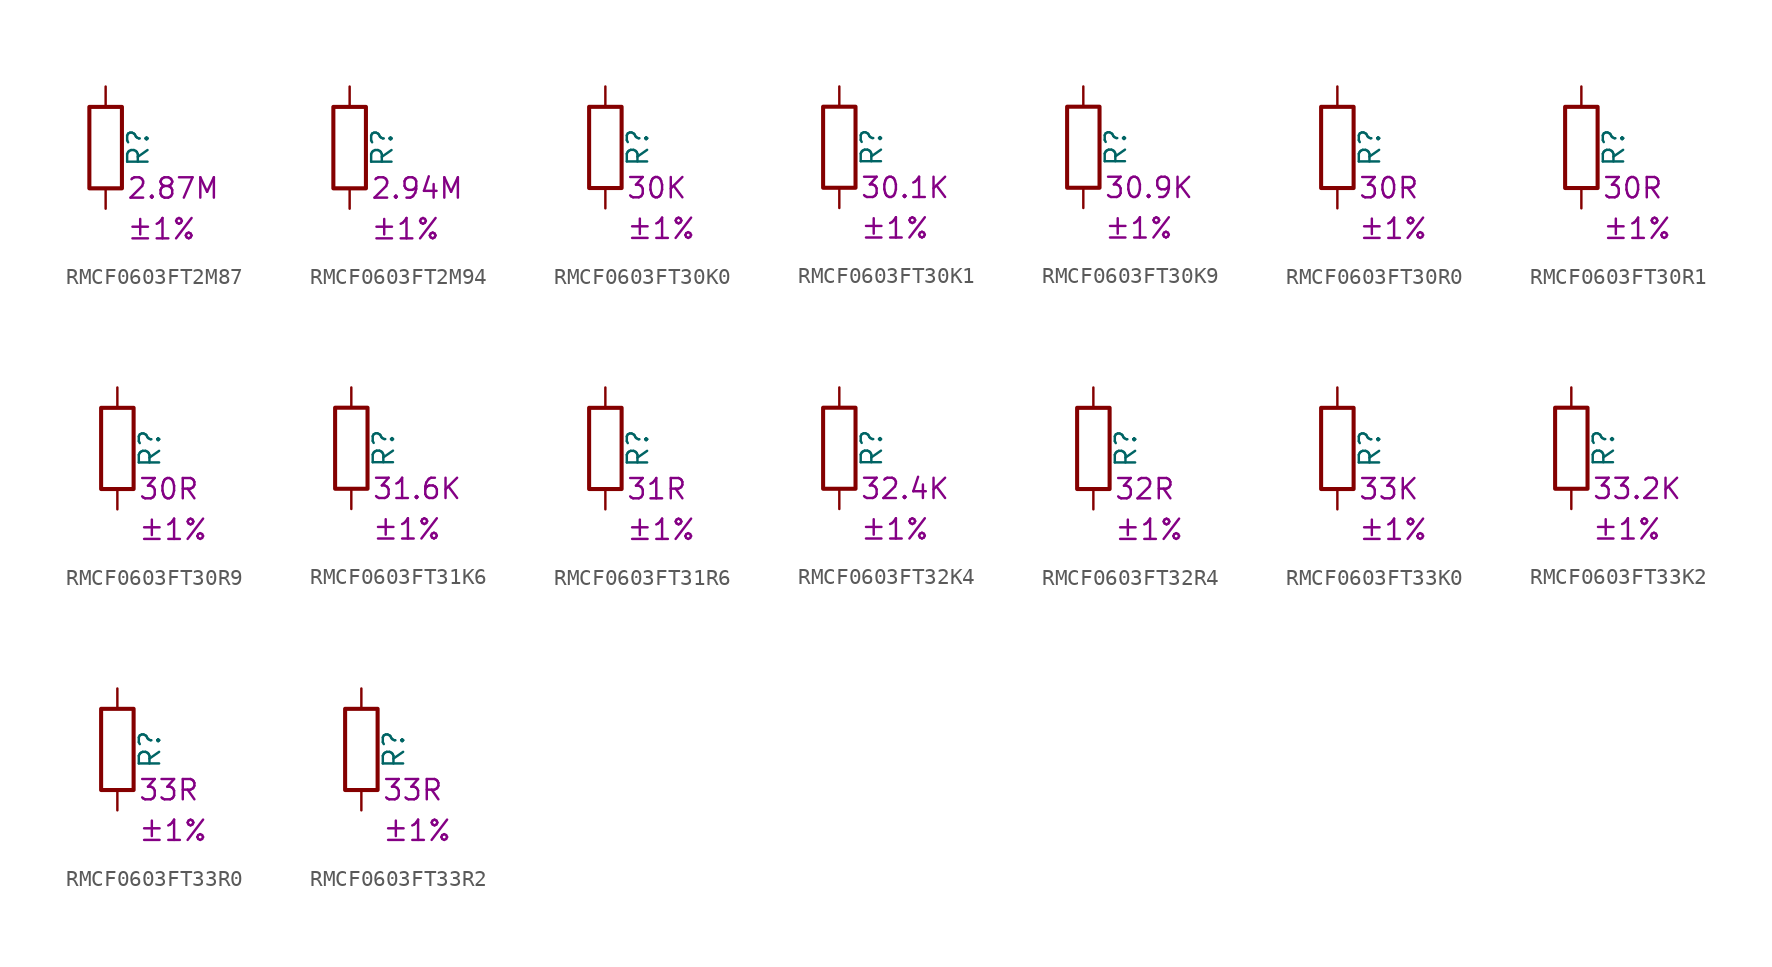
<source format=kicad_sym>
(kicad_symbol_lib
  (version 20220914)
  (generator kicad_symbol_editor)
  (symbol "RMCF0603FT2M87"
    (pin_numbers hide)
    (pin_names
      (offset 0))
    (property "Reference" "R"
      (at 2.032 0 90)
      (effects (font (size 1.27 1.27))))
    (property "Resistance" "2.87M"
      (at 1.27 -2.54 0)
      (effects (font (size 1.27 1.27)) (justify left)))
    (property "Tolerance" "±1%"
      (at 1.27 -5.08 0)
      (effects (font (size 1.27 1.27)) (justify left)))
    (symbol "RMCF0603FT2M87_0_1"
      (rectangle (start -1.016 -2.54) (end 1.016 2.54) (stroke (width 0.254) (type default)) (fill (type none))))
    (symbol "RMCF0603FT2M87_1_1"
      (pin passive line (at 0 3.81 270) (length 1.27) (name "~" (effects (font (size 1.27 1.27)))) (number "1" (effects (font (size 1.27 1.27)))))
      (pin passive line (at 0 -3.81 90) (length 1.27) (name "~" (effects (font (size 1.27 1.27)))) (number "2" (effects (font (size 1.27 1.27)))))))
  (symbol "RMCF0603FT2M94"
    (pin_numbers hide)
    (pin_names
      (offset 0))
    (property "Reference" "R"
      (at 2.032 0 90)
      (effects (font (size 1.27 1.27))))
    (property "Resistance" "2.94M"
      (at 1.27 -2.54 0)
      (effects (font (size 1.27 1.27)) (justify left)))
    (property "Tolerance" "±1%"
      (at 1.27 -5.08 0)
      (effects (font (size 1.27 1.27)) (justify left)))
    (symbol "RMCF0603FT2M94_0_1"
      (rectangle (start -1.016 -2.54) (end 1.016 2.54) (stroke (width 0.254) (type default)) (fill (type none))))
    (symbol "RMCF0603FT2M94_1_1"
      (pin passive line (at 0 3.81 270) (length 1.27) (name "~" (effects (font (size 1.27 1.27)))) (number "1" (effects (font (size 1.27 1.27)))))
      (pin passive line (at 0 -3.81 90) (length 1.27) (name "~" (effects (font (size 1.27 1.27)))) (number "2" (effects (font (size 1.27 1.27)))))))
  (symbol "RMCF0603FT30K0"
    (pin_numbers hide)
    (pin_names
      (offset 0))
    (property "Reference" "R"
      (at 2.032 0 90)
      (effects (font (size 1.27 1.27))))
    (property "Resistance" "30K"
      (at 1.27 -2.54 0)
      (effects (font (size 1.27 1.27)) (justify left)))
    (property "Tolerance" "±1%"
      (at 1.27 -5.08 0)
      (effects (font (size 1.27 1.27)) (justify left)))
    (symbol "RMCF0603FT30K0_0_1"
      (rectangle (start -1.016 -2.54) (end 1.016 2.54) (stroke (width 0.254) (type default)) (fill (type none))))
    (symbol "RMCF0603FT30K0_1_1"
      (pin passive line (at 0 3.81 270) (length 1.27) (name "~" (effects (font (size 1.27 1.27)))) (number "1" (effects (font (size 1.27 1.27)))))
      (pin passive line (at 0 -3.81 90) (length 1.27) (name "~" (effects (font (size 1.27 1.27)))) (number "2" (effects (font (size 1.27 1.27)))))))
  (symbol "RMCF0603FT30K1"
    (pin_numbers hide)
    (pin_names
      (offset 0))
    (property "Reference" "R"
      (at 2.032 0 90)
      (effects (font (size 1.27 1.27))))
    (property "Resistance" "30.1K"
      (at 1.27 -2.54 0)
      (effects (font (size 1.27 1.27)) (justify left)))
    (property "Tolerance" "±1%"
      (at 1.27 -5.08 0)
      (effects (font (size 1.27 1.27)) (justify left)))
    (symbol "RMCF0603FT30K1_0_1"
      (rectangle (start -1.016 -2.54) (end 1.016 2.54) (stroke (width 0.254) (type default)) (fill (type none))))
    (symbol "RMCF0603FT30K1_1_1"
      (pin passive line (at 0 3.81 270) (length 1.27) (name "~" (effects (font (size 1.27 1.27)))) (number "1" (effects (font (size 1.27 1.27)))))
      (pin passive line (at 0 -3.81 90) (length 1.27) (name "~" (effects (font (size 1.27 1.27)))) (number "2" (effects (font (size 1.27 1.27)))))))
  (symbol "RMCF0603FT30K9"
    (pin_numbers hide)
    (pin_names
      (offset 0))
    (property "Reference" "R"
      (at 2.032 0 90)
      (effects (font (size 1.27 1.27))))
    (property "Resistance" "30.9K"
      (at 1.27 -2.54 0)
      (effects (font (size 1.27 1.27)) (justify left)))
    (property "Tolerance" "±1%"
      (at 1.27 -5.08 0)
      (effects (font (size 1.27 1.27)) (justify left)))
    (symbol "RMCF0603FT30K9_0_1"
      (rectangle (start -1.016 -2.54) (end 1.016 2.54) (stroke (width 0.254) (type default)) (fill (type none))))
    (symbol "RMCF0603FT30K9_1_1"
      (pin passive line (at 0 3.81 270) (length 1.27) (name "~" (effects (font (size 1.27 1.27)))) (number "1" (effects (font (size 1.27 1.27)))))
      (pin passive line (at 0 -3.81 90) (length 1.27) (name "~" (effects (font (size 1.27 1.27)))) (number "2" (effects (font (size 1.27 1.27)))))))
  (symbol "RMCF0603FT30R0"
    (pin_numbers hide)
    (pin_names
      (offset 0))
    (property "Reference" "R"
      (at 2.032 0 90)
      (effects (font (size 1.27 1.27))))
    (property "Resistance" "30R"
      (at 1.27 -2.54 0)
      (effects (font (size 1.27 1.27)) (justify left)))
    (property "Tolerance" "±1%"
      (at 1.27 -5.08 0)
      (effects (font (size 1.27 1.27)) (justify left)))
    (symbol "RMCF0603FT30R0_0_1"
      (rectangle (start -1.016 -2.54) (end 1.016 2.54) (stroke (width 0.254) (type default)) (fill (type none))))
    (symbol "RMCF0603FT30R0_1_1"
      (pin passive line (at 0 3.81 270) (length 1.27) (name "~" (effects (font (size 1.27 1.27)))) (number "1" (effects (font (size 1.27 1.27)))))
      (pin passive line (at 0 -3.81 90) (length 1.27) (name "~" (effects (font (size 1.27 1.27)))) (number "2" (effects (font (size 1.27 1.27)))))))
  (symbol "RMCF0603FT30R1"
    (pin_numbers hide)
    (pin_names
      (offset 0))
    (property "Reference" "R"
      (at 2.032 0 90)
      (effects (font (size 1.27 1.27))))
    (property "Resistance" "30R"
      (at 1.27 -2.54 0)
      (effects (font (size 1.27 1.27)) (justify left)))
    (property "Tolerance" "±1%"
      (at 1.27 -5.08 0)
      (effects (font (size 1.27 1.27)) (justify left)))
    (symbol "RMCF0603FT30R1_0_1"
      (rectangle (start -1.016 -2.54) (end 1.016 2.54) (stroke (width 0.254) (type default)) (fill (type none))))
    (symbol "RMCF0603FT30R1_1_1"
      (pin passive line (at 0 3.81 270) (length 1.27) (name "~" (effects (font (size 1.27 1.27)))) (number "1" (effects (font (size 1.27 1.27)))))
      (pin passive line (at 0 -3.81 90) (length 1.27) (name "~" (effects (font (size 1.27 1.27)))) (number "2" (effects (font (size 1.27 1.27)))))))
  (symbol "RMCF0603FT30R9"
    (pin_numbers hide)
    (pin_names
      (offset 0))
    (property "Reference" "R"
      (at 2.032 0 90)
      (effects (font (size 1.27 1.27))))
    (property "Resistance" "30R"
      (at 1.27 -2.54 0)
      (effects (font (size 1.27 1.27)) (justify left)))
    (property "Tolerance" "±1%"
      (at 1.27 -5.08 0)
      (effects (font (size 1.27 1.27)) (justify left)))
    (symbol "RMCF0603FT30R9_0_1"
      (rectangle (start -1.016 -2.54) (end 1.016 2.54) (stroke (width 0.254) (type default)) (fill (type none))))
    (symbol "RMCF0603FT30R9_1_1"
      (pin passive line (at 0 3.81 270) (length 1.27) (name "~" (effects (font (size 1.27 1.27)))) (number "1" (effects (font (size 1.27 1.27)))))
      (pin passive line (at 0 -3.81 90) (length 1.27) (name "~" (effects (font (size 1.27 1.27)))) (number "2" (effects (font (size 1.27 1.27)))))))
  (symbol "RMCF0603FT31K6"
    (pin_numbers hide)
    (pin_names
      (offset 0))
    (property "Reference" "R"
      (at 2.032 0 90)
      (effects (font (size 1.27 1.27))))
    (property "Resistance" "31.6K"
      (at 1.27 -2.54 0)
      (effects (font (size 1.27 1.27)) (justify left)))
    (property "Tolerance" "±1%"
      (at 1.27 -5.08 0)
      (effects (font (size 1.27 1.27)) (justify left)))
    (symbol "RMCF0603FT31K6_0_1"
      (rectangle (start -1.016 -2.54) (end 1.016 2.54) (stroke (width 0.254) (type default)) (fill (type none))))
    (symbol "RMCF0603FT31K6_1_1"
      (pin passive line (at 0 3.81 270) (length 1.27) (name "~" (effects (font (size 1.27 1.27)))) (number "1" (effects (font (size 1.27 1.27)))))
      (pin passive line (at 0 -3.81 90) (length 1.27) (name "~" (effects (font (size 1.27 1.27)))) (number "2" (effects (font (size 1.27 1.27)))))))
  (symbol "RMCF0603FT31R6"
    (pin_numbers hide)
    (pin_names
      (offset 0))
    (property "Reference" "R"
      (at 2.032 0 90)
      (effects (font (size 1.27 1.27))))
    (property "Resistance" "31R"
      (at 1.27 -2.54 0)
      (effects (font (size 1.27 1.27)) (justify left)))
    (property "Tolerance" "±1%"
      (at 1.27 -5.08 0)
      (effects (font (size 1.27 1.27)) (justify left)))
    (symbol "RMCF0603FT31R6_0_1"
      (rectangle (start -1.016 -2.54) (end 1.016 2.54) (stroke (width 0.254) (type default)) (fill (type none))))
    (symbol "RMCF0603FT31R6_1_1"
      (pin passive line (at 0 3.81 270) (length 1.27) (name "~" (effects (font (size 1.27 1.27)))) (number "1" (effects (font (size 1.27 1.27)))))
      (pin passive line (at 0 -3.81 90) (length 1.27) (name "~" (effects (font (size 1.27 1.27)))) (number "2" (effects (font (size 1.27 1.27)))))))
  (symbol "RMCF0603FT32K4"
    (pin_numbers hide)
    (pin_names
      (offset 0))
    (property "Reference" "R"
      (at 2.032 0 90)
      (effects (font (size 1.27 1.27))))
    (property "Resistance" "32.4K"
      (at 1.27 -2.54 0)
      (effects (font (size 1.27 1.27)) (justify left)))
    (property "Tolerance" "±1%"
      (at 1.27 -5.08 0)
      (effects (font (size 1.27 1.27)) (justify left)))
    (symbol "RMCF0603FT32K4_0_1"
      (rectangle (start -1.016 -2.54) (end 1.016 2.54) (stroke (width 0.254) (type default)) (fill (type none))))
    (symbol "RMCF0603FT32K4_1_1"
      (pin passive line (at 0 3.81 270) (length 1.27) (name "~" (effects (font (size 1.27 1.27)))) (number "1" (effects (font (size 1.27 1.27)))))
      (pin passive line (at 0 -3.81 90) (length 1.27) (name "~" (effects (font (size 1.27 1.27)))) (number "2" (effects (font (size 1.27 1.27)))))))
  (symbol "RMCF0603FT32R4"
    (pin_numbers hide)
    (pin_names
      (offset 0))
    (property "Reference" "R"
      (at 2.032 0 90)
      (effects (font (size 1.27 1.27))))
    (property "Resistance" "32R"
      (at 1.27 -2.54 0)
      (effects (font (size 1.27 1.27)) (justify left)))
    (property "Tolerance" "±1%"
      (at 1.27 -5.08 0)
      (effects (font (size 1.27 1.27)) (justify left)))
    (symbol "RMCF0603FT32R4_0_1"
      (rectangle (start -1.016 -2.54) (end 1.016 2.54) (stroke (width 0.254) (type default)) (fill (type none))))
    (symbol "RMCF0603FT32R4_1_1"
      (pin passive line (at 0 3.81 270) (length 1.27) (name "~" (effects (font (size 1.27 1.27)))) (number "1" (effects (font (size 1.27 1.27)))))
      (pin passive line (at 0 -3.81 90) (length 1.27) (name "~" (effects (font (size 1.27 1.27)))) (number "2" (effects (font (size 1.27 1.27)))))))
  (symbol "RMCF0603FT33K0"
    (pin_numbers hide)
    (pin_names
      (offset 0))
    (property "Reference" "R"
      (at 2.032 0 90)
      (effects (font (size 1.27 1.27))))
    (property "Resistance" "33K"
      (at 1.27 -2.54 0)
      (effects (font (size 1.27 1.27)) (justify left)))
    (property "Tolerance" "±1%"
      (at 1.27 -5.08 0)
      (effects (font (size 1.27 1.27)) (justify left)))
    (symbol "RMCF0603FT33K0_0_1"
      (rectangle (start -1.016 -2.54) (end 1.016 2.54) (stroke (width 0.254) (type default)) (fill (type none))))
    (symbol "RMCF0603FT33K0_1_1"
      (pin passive line (at 0 3.81 270) (length 1.27) (name "~" (effects (font (size 1.27 1.27)))) (number "1" (effects (font (size 1.27 1.27)))))
      (pin passive line (at 0 -3.81 90) (length 1.27) (name "~" (effects (font (size 1.27 1.27)))) (number "2" (effects (font (size 1.27 1.27)))))))
  (symbol "RMCF0603FT33K2"
    (pin_numbers hide)
    (pin_names
      (offset 0))
    (property "Reference" "R"
      (at 2.032 0 90)
      (effects (font (size 1.27 1.27))))
    (property "Resistance" "33.2K"
      (at 1.27 -2.54 0)
      (effects (font (size 1.27 1.27)) (justify left)))
    (property "Tolerance" "±1%"
      (at 1.27 -5.08 0)
      (effects (font (size 1.27 1.27)) (justify left)))
    (symbol "RMCF0603FT33K2_0_1"
      (rectangle (start -1.016 -2.54) (end 1.016 2.54) (stroke (width 0.254) (type default)) (fill (type none))))
    (symbol "RMCF0603FT33K2_1_1"
      (pin passive line (at 0 3.81 270) (length 1.27) (name "~" (effects (font (size 1.27 1.27)))) (number "1" (effects (font (size 1.27 1.27)))))
      (pin passive line (at 0 -3.81 90) (length 1.27) (name "~" (effects (font (size 1.27 1.27)))) (number "2" (effects (font (size 1.27 1.27)))))))
  (symbol "RMCF0603FT33R0"
    (pin_numbers hide)
    (pin_names
      (offset 0))
    (property "Reference" "R"
      (at 2.032 0 90)
      (effects (font (size 1.27 1.27))))
    (property "Resistance" "33R"
      (at 1.27 -2.54 0)
      (effects (font (size 1.27 1.27)) (justify left)))
    (property "Tolerance" "±1%"
      (at 1.27 -5.08 0)
      (effects (font (size 1.27 1.27)) (justify left)))
    (symbol "RMCF0603FT33R0_0_1"
      (rectangle (start -1.016 -2.54) (end 1.016 2.54) (stroke (width 0.254) (type default)) (fill (type none))))
    (symbol "RMCF0603FT33R0_1_1"
      (pin passive line (at 0 3.81 270) (length 1.27) (name "~" (effects (font (size 1.27 1.27)))) (number "1" (effects (font (size 1.27 1.27)))))
      (pin passive line (at 0 -3.81 90) (length 1.27) (name "~" (effects (font (size 1.27 1.27)))) (number "2" (effects (font (size 1.27 1.27)))))))
  (symbol "RMCF0603FT33R2"
    (pin_numbers hide)
    (pin_names
      (offset 0))
    (property "Reference" "R"
      (at 2.032 0 90)
      (effects (font (size 1.27 1.27))))
    (property "Resistance" "33R"
      (at 1.27 -2.54 0)
      (effects (font (size 1.27 1.27)) (justify left)))
    (property "Tolerance" "±1%"
      (at 1.27 -5.08 0)
      (effects (font (size 1.27 1.27)) (justify left)))
    (symbol "RMCF0603FT33R2_0_1"
      (rectangle (start -1.016 -2.54) (end 1.016 2.54) (stroke (width 0.254) (type default)) (fill (type none))))
    (symbol "RMCF0603FT33R2_1_1"
      (pin passive line (at 0 3.81 270) (length 1.27) (name "~" (effects (font (size 1.27 1.27)))) (number "1" (effects (font (size 1.27 1.27)))))
      (pin passive line (at 0 -3.81 90) (length 1.27) (name "~" (effects (font (size 1.27 1.27)))) (number "2" (effects (font (size 1.27 1.27))))))))
</source>
